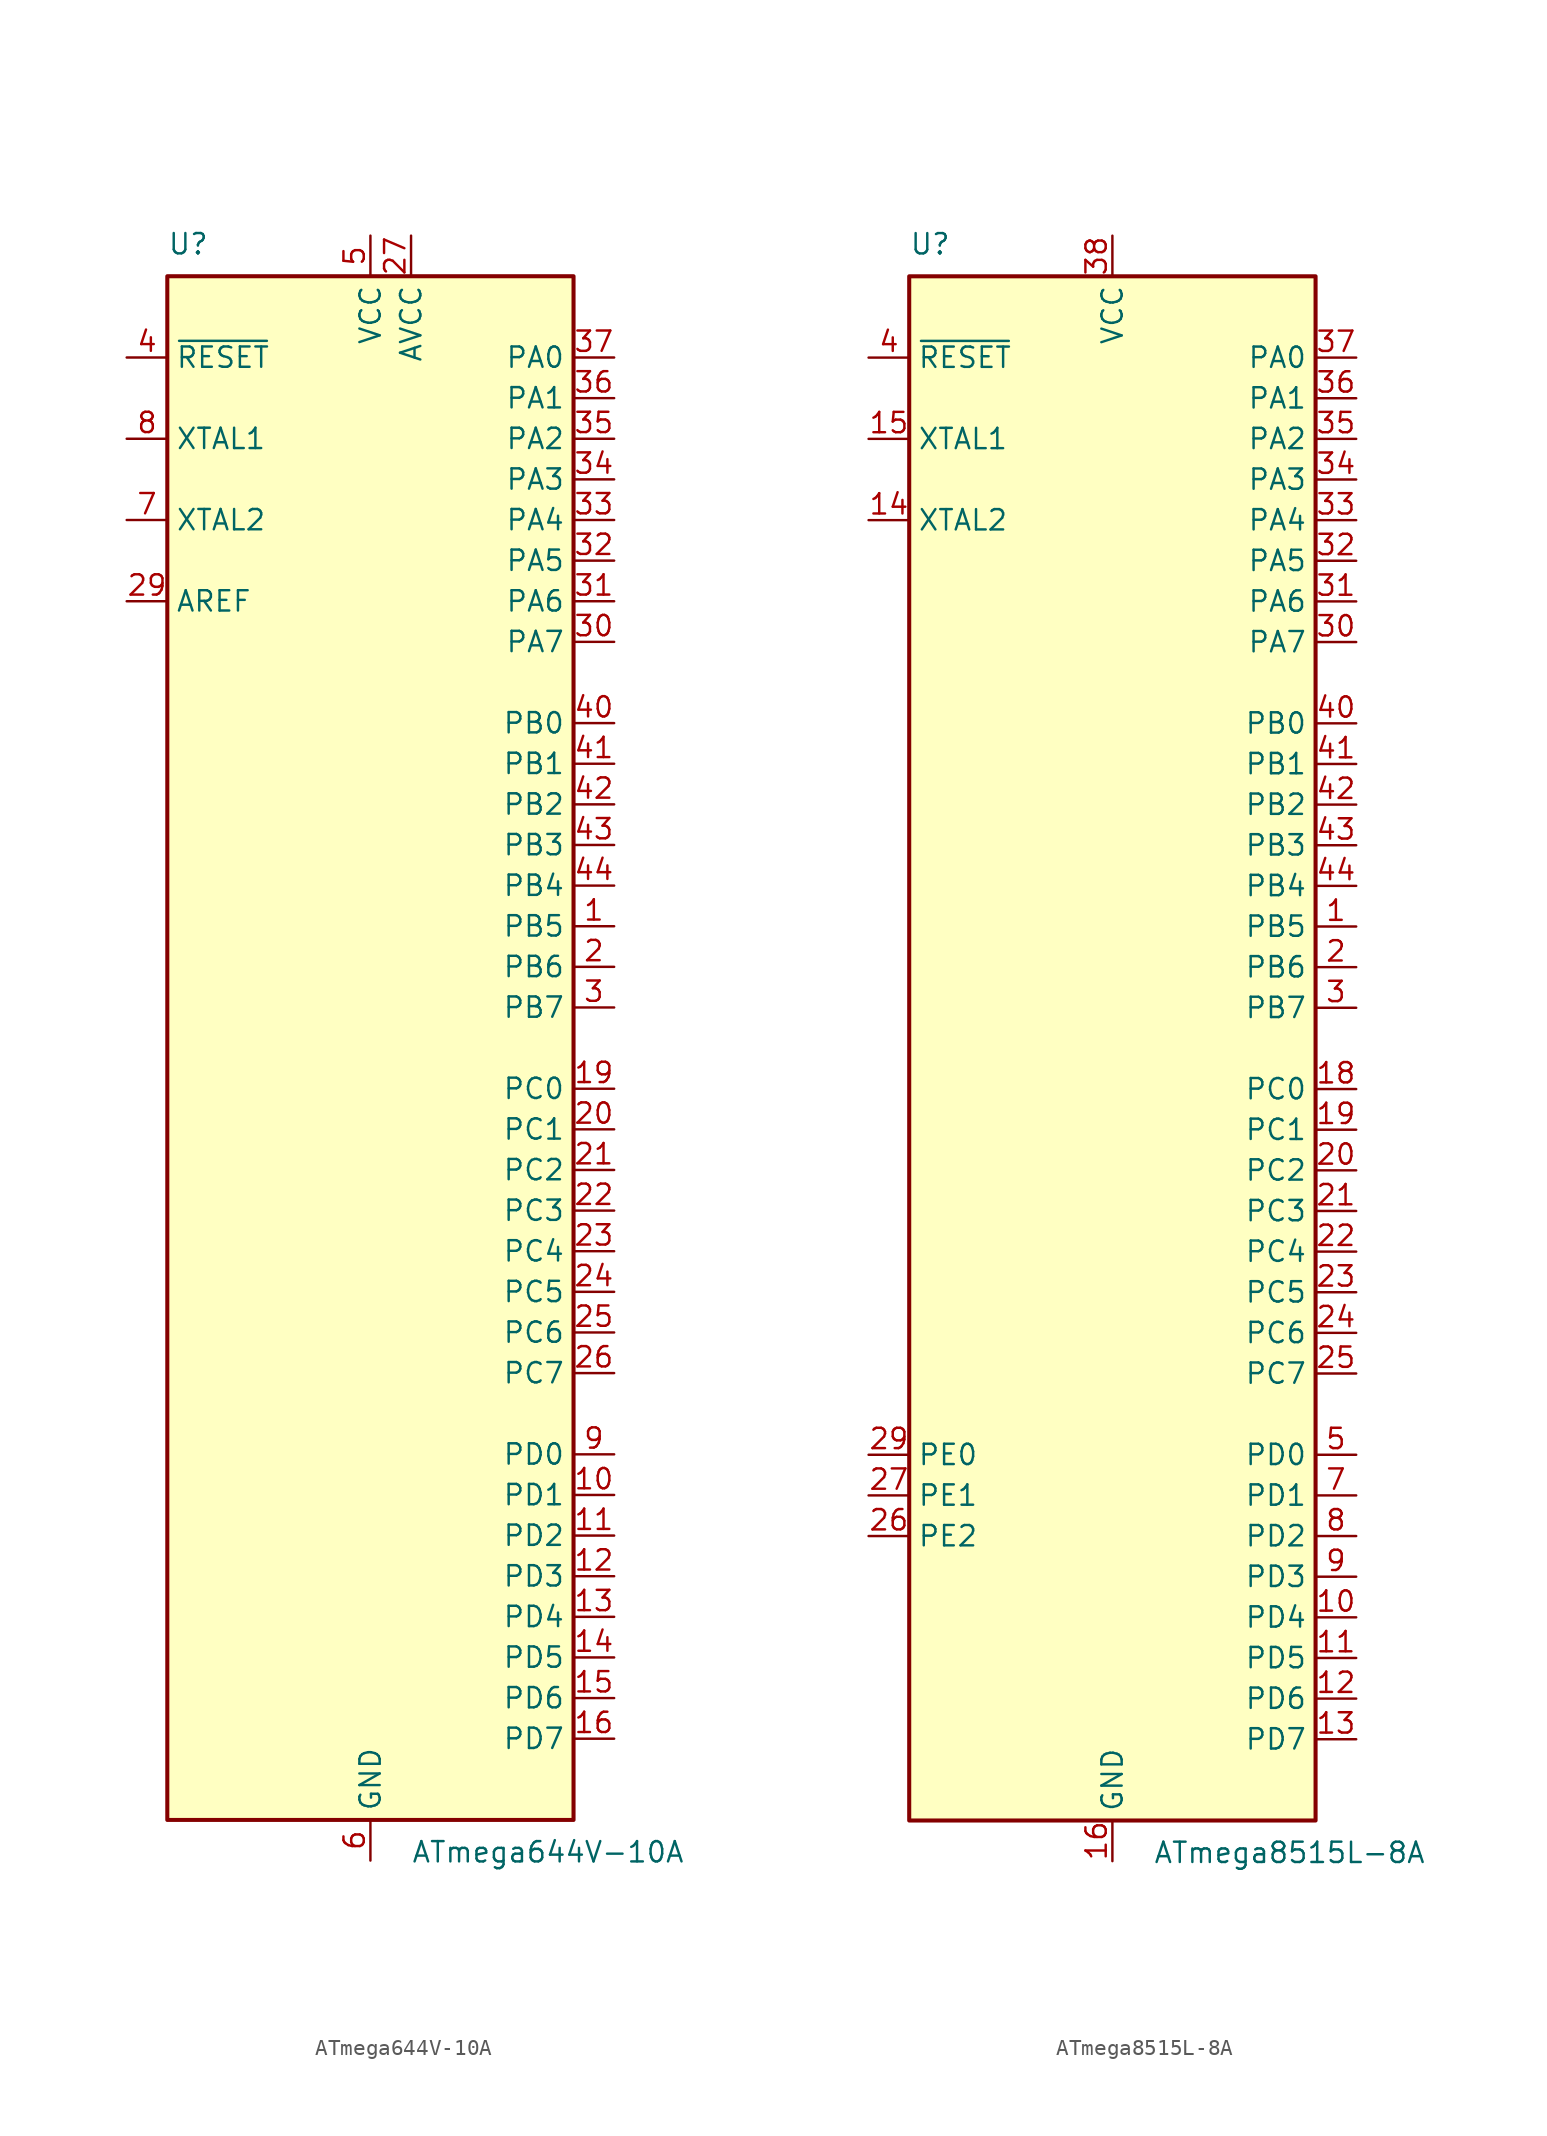
<source format=kicad_sym>
(kicad_symbol_lib
  (version 20220914)
  (generator kicad_symbol_editor)
  (symbol "ATmega644V-10A"
    (property "Reference" "U"
      (at -12.7 49.53 0)
      (effects (font (size 1.27 1.27)) (justify left bottom)))
    (property "Value" "ATmega644V-10A"
      (at 2.54 -49.53 0)
      (effects (font (size 1.27 1.27)) (justify left top)))
    (symbol "ATmega644V-10A_0_1"
      (rectangle (start -12.7 -48.26) (end 12.7 48.26) (stroke (width 0.254) (type default)) (fill (type background))))
    (symbol "ATmega644V-10A_1_1"
      (pin bidirectional line (at 15.24 7.62 180) (length 2.54) (name "PB5" (effects (font (size 1.27 1.27)))) (number "1" (effects (font (size 1.27 1.27)))))
      (pin bidirectional line (at 15.24 -27.94 180) (length 2.54) (name "PD1" (effects (font (size 1.27 1.27)))) (number "10" (effects (font (size 1.27 1.27)))))
      (pin bidirectional line (at 15.24 -30.48 180) (length 2.54) (name "PD2" (effects (font (size 1.27 1.27)))) (number "11" (effects (font (size 1.27 1.27)))))
      (pin bidirectional line (at 15.24 -33.02 180) (length 2.54) (name "PD3" (effects (font (size 1.27 1.27)))) (number "12" (effects (font (size 1.27 1.27)))))
      (pin bidirectional line (at 15.24 -35.56 180) (length 2.54) (name "PD4" (effects (font (size 1.27 1.27)))) (number "13" (effects (font (size 1.27 1.27)))))
      (pin bidirectional line (at 15.24 -38.1 180) (length 2.54) (name "PD5" (effects (font (size 1.27 1.27)))) (number "14" (effects (font (size 1.27 1.27)))))
      (pin bidirectional line (at 15.24 -40.64 180) (length 2.54) (name "PD6" (effects (font (size 1.27 1.27)))) (number "15" (effects (font (size 1.27 1.27)))))
      (pin bidirectional line (at 15.24 -43.18 180) (length 2.54) (name "PD7" (effects (font (size 1.27 1.27)))) (number "16" (effects (font (size 1.27 1.27)))))
      (pin passive line (at 0 50.8 270) (length 2.54) hide (name "VCC" (effects (font (size 1.27 1.27)))) (number "17" (effects (font (size 1.27 1.27)))))
      (pin passive line (at 0 -50.8 90) (length 2.54) hide (name "GND" (effects (font (size 1.27 1.27)))) (number "18" (effects (font (size 1.27 1.27)))))
      (pin bidirectional line (at 15.24 -2.54 180) (length 2.54) (name "PC0" (effects (font (size 1.27 1.27)))) (number "19" (effects (font (size 1.27 1.27)))))
      (pin bidirectional line (at 15.24 5.08 180) (length 2.54) (name "PB6" (effects (font (size 1.27 1.27)))) (number "2" (effects (font (size 1.27 1.27)))))
      (pin bidirectional line (at 15.24 -5.08 180) (length 2.54) (name "PC1" (effects (font (size 1.27 1.27)))) (number "20" (effects (font (size 1.27 1.27)))))
      (pin bidirectional line (at 15.24 -7.62 180) (length 2.54) (name "PC2" (effects (font (size 1.27 1.27)))) (number "21" (effects (font (size 1.27 1.27)))))
      (pin bidirectional line (at 15.24 -10.16 180) (length 2.54) (name "PC3" (effects (font (size 1.27 1.27)))) (number "22" (effects (font (size 1.27 1.27)))))
      (pin bidirectional line (at 15.24 -12.7 180) (length 2.54) (name "PC4" (effects (font (size 1.27 1.27)))) (number "23" (effects (font (size 1.27 1.27)))))
      (pin bidirectional line (at 15.24 -15.24 180) (length 2.54) (name "PC5" (effects (font (size 1.27 1.27)))) (number "24" (effects (font (size 1.27 1.27)))))
      (pin bidirectional line (at 15.24 -17.78 180) (length 2.54) (name "PC6" (effects (font (size 1.27 1.27)))) (number "25" (effects (font (size 1.27 1.27)))))
      (pin bidirectional line (at 15.24 -20.32 180) (length 2.54) (name "PC7" (effects (font (size 1.27 1.27)))) (number "26" (effects (font (size 1.27 1.27)))))
      (pin power_in line (at 2.54 50.8 270) (length 2.54) (name "AVCC" (effects (font (size 1.27 1.27)))) (number "27" (effects (font (size 1.27 1.27)))))
      (pin passive line (at 0 -50.8 90) (length 2.54) hide (name "GND" (effects (font (size 1.27 1.27)))) (number "28" (effects (font (size 1.27 1.27)))))
      (pin passive line (at -15.24 27.94 0) (length 2.54) (name "AREF" (effects (font (size 1.27 1.27)))) (number "29" (effects (font (size 1.27 1.27)))))
      (pin bidirectional line (at 15.24 2.54 180) (length 2.54) (name "PB7" (effects (font (size 1.27 1.27)))) (number "3" (effects (font (size 1.27 1.27)))))
      (pin bidirectional line (at 15.24 25.4 180) (length 2.54) (name "PA7" (effects (font (size 1.27 1.27)))) (number "30" (effects (font (size 1.27 1.27)))))
      (pin bidirectional line (at 15.24 27.94 180) (length 2.54) (name "PA6" (effects (font (size 1.27 1.27)))) (number "31" (effects (font (size 1.27 1.27)))))
      (pin bidirectional line (at 15.24 30.48 180) (length 2.54) (name "PA5" (effects (font (size 1.27 1.27)))) (number "32" (effects (font (size 1.27 1.27)))))
      (pin bidirectional line (at 15.24 33.02 180) (length 2.54) (name "PA4" (effects (font (size 1.27 1.27)))) (number "33" (effects (font (size 1.27 1.27)))))
      (pin bidirectional line (at 15.24 35.56 180) (length 2.54) (name "PA3" (effects (font (size 1.27 1.27)))) (number "34" (effects (font (size 1.27 1.27)))))
      (pin bidirectional line (at 15.24 38.1 180) (length 2.54) (name "PA2" (effects (font (size 1.27 1.27)))) (number "35" (effects (font (size 1.27 1.27)))))
      (pin bidirectional line (at 15.24 40.64 180) (length 2.54) (name "PA1" (effects (font (size 1.27 1.27)))) (number "36" (effects (font (size 1.27 1.27)))))
      (pin bidirectional line (at 15.24 43.18 180) (length 2.54) (name "PA0" (effects (font (size 1.27 1.27)))) (number "37" (effects (font (size 1.27 1.27)))))
      (pin passive line (at 0 50.8 270) (length 2.54) hide (name "VCC" (effects (font (size 1.27 1.27)))) (number "38" (effects (font (size 1.27 1.27)))))
      (pin passive line (at 0 -50.8 90) (length 2.54) hide (name "GND" (effects (font (size 1.27 1.27)))) (number "39" (effects (font (size 1.27 1.27)))))
      (pin input line (at -15.24 43.18 0) (length 2.54) (name "~{RESET}" (effects (font (size 1.27 1.27)))) (number "4" (effects (font (size 1.27 1.27)))))
      (pin bidirectional line (at 15.24 20.32 180) (length 2.54) (name "PB0" (effects (font (size 1.27 1.27)))) (number "40" (effects (font (size 1.27 1.27)))))
      (pin bidirectional line (at 15.24 17.78 180) (length 2.54) (name "PB1" (effects (font (size 1.27 1.27)))) (number "41" (effects (font (size 1.27 1.27)))))
      (pin bidirectional line (at 15.24 15.24 180) (length 2.54) (name "PB2" (effects (font (size 1.27 1.27)))) (number "42" (effects (font (size 1.27 1.27)))))
      (pin bidirectional line (at 15.24 12.7 180) (length 2.54) (name "PB3" (effects (font (size 1.27 1.27)))) (number "43" (effects (font (size 1.27 1.27)))))
      (pin bidirectional line (at 15.24 10.16 180) (length 2.54) (name "PB4" (effects (font (size 1.27 1.27)))) (number "44" (effects (font (size 1.27 1.27)))))
      (pin power_in line (at 0 50.8 270) (length 2.54) (name "VCC" (effects (font (size 1.27 1.27)))) (number "5" (effects (font (size 1.27 1.27)))))
      (pin power_in line (at 0 -50.8 90) (length 2.54) (name "GND" (effects (font (size 1.27 1.27)))) (number "6" (effects (font (size 1.27 1.27)))))
      (pin output line (at -15.24 33.02 0) (length 2.54) (name "XTAL2" (effects (font (size 1.27 1.27)))) (number "7" (effects (font (size 1.27 1.27)))))
      (pin input line (at -15.24 38.1 0) (length 2.54) (name "XTAL1" (effects (font (size 1.27 1.27)))) (number "8" (effects (font (size 1.27 1.27)))))
      (pin bidirectional line (at 15.24 -25.4 180) (length 2.54) (name "PD0" (effects (font (size 1.27 1.27)))) (number "9" (effects (font (size 1.27 1.27)))))))
  (symbol "ATmega8515L-8A"
    (property "Reference" "U"
      (at -12.7 49.53 0)
      (effects (font (size 1.27 1.27)) (justify left bottom)))
    (property "Value" "ATmega8515L-8A"
      (at 2.54 -49.53 0)
      (effects (font (size 1.27 1.27)) (justify left top)))
    (symbol "ATmega8515L-8A_0_1"
      (rectangle (start -12.7 -48.26) (end 12.7 48.26) (stroke (width 0.254) (type default)) (fill (type background))))
    (symbol "ATmega8515L-8A_1_1"
      (pin bidirectional line (at 15.24 7.62 180) (length 2.54) (name "PB5" (effects (font (size 1.27 1.27)))) (number "1" (effects (font (size 1.27 1.27)))))
      (pin bidirectional line (at 15.24 -35.56 180) (length 2.54) (name "PD4" (effects (font (size 1.27 1.27)))) (number "10" (effects (font (size 1.27 1.27)))))
      (pin bidirectional line (at 15.24 -38.1 180) (length 2.54) (name "PD5" (effects (font (size 1.27 1.27)))) (number "11" (effects (font (size 1.27 1.27)))))
      (pin bidirectional line (at 15.24 -40.64 180) (length 2.54) (name "PD6" (effects (font (size 1.27 1.27)))) (number "12" (effects (font (size 1.27 1.27)))))
      (pin bidirectional line (at 15.24 -43.18 180) (length 2.54) (name "PD7" (effects (font (size 1.27 1.27)))) (number "13" (effects (font (size 1.27 1.27)))))
      (pin output line (at -15.24 33.02 0) (length 2.54) (name "XTAL2" (effects (font (size 1.27 1.27)))) (number "14" (effects (font (size 1.27 1.27)))))
      (pin input line (at -15.24 38.1 0) (length 2.54) (name "XTAL1" (effects (font (size 1.27 1.27)))) (number "15" (effects (font (size 1.27 1.27)))))
      (pin power_in line (at 0 -50.8 90) (length 2.54) (name "GND" (effects (font (size 1.27 1.27)))) (number "16" (effects (font (size 1.27 1.27)))))
      (pin no_connect line (at -12.7 -40.64 0) (length 2.54) hide (name "NC" (effects (font (size 1.27 1.27)))) (number "17" (effects (font (size 1.27 1.27)))))
      (pin bidirectional line (at 15.24 -2.54 180) (length 2.54) (name "PC0" (effects (font (size 1.27 1.27)))) (number "18" (effects (font (size 1.27 1.27)))))
      (pin bidirectional line (at 15.24 -5.08 180) (length 2.54) (name "PC1" (effects (font (size 1.27 1.27)))) (number "19" (effects (font (size 1.27 1.27)))))
      (pin bidirectional line (at 15.24 5.08 180) (length 2.54) (name "PB6" (effects (font (size 1.27 1.27)))) (number "2" (effects (font (size 1.27 1.27)))))
      (pin bidirectional line (at 15.24 -7.62 180) (length 2.54) (name "PC2" (effects (font (size 1.27 1.27)))) (number "20" (effects (font (size 1.27 1.27)))))
      (pin bidirectional line (at 15.24 -10.16 180) (length 2.54) (name "PC3" (effects (font (size 1.27 1.27)))) (number "21" (effects (font (size 1.27 1.27)))))
      (pin bidirectional line (at 15.24 -12.7 180) (length 2.54) (name "PC4" (effects (font (size 1.27 1.27)))) (number "22" (effects (font (size 1.27 1.27)))))
      (pin bidirectional line (at 15.24 -15.24 180) (length 2.54) (name "PC5" (effects (font (size 1.27 1.27)))) (number "23" (effects (font (size 1.27 1.27)))))
      (pin bidirectional line (at 15.24 -17.78 180) (length 2.54) (name "PC6" (effects (font (size 1.27 1.27)))) (number "24" (effects (font (size 1.27 1.27)))))
      (pin bidirectional line (at 15.24 -20.32 180) (length 2.54) (name "PC7" (effects (font (size 1.27 1.27)))) (number "25" (effects (font (size 1.27 1.27)))))
      (pin bidirectional line (at -15.24 -30.48 0) (length 2.54) (name "PE2" (effects (font (size 1.27 1.27)))) (number "26" (effects (font (size 1.27 1.27)))))
      (pin bidirectional line (at -15.24 -27.94 0) (length 2.54) (name "PE1" (effects (font (size 1.27 1.27)))) (number "27" (effects (font (size 1.27 1.27)))))
      (pin no_connect line (at -12.7 -43.18 0) (length 2.54) hide (name "NC" (effects (font (size 1.27 1.27)))) (number "28" (effects (font (size 1.27 1.27)))))
      (pin bidirectional line (at -15.24 -25.4 0) (length 2.54) (name "PE0" (effects (font (size 1.27 1.27)))) (number "29" (effects (font (size 1.27 1.27)))))
      (pin bidirectional line (at 15.24 2.54 180) (length 2.54) (name "PB7" (effects (font (size 1.27 1.27)))) (number "3" (effects (font (size 1.27 1.27)))))
      (pin bidirectional line (at 15.24 25.4 180) (length 2.54) (name "PA7" (effects (font (size 1.27 1.27)))) (number "30" (effects (font (size 1.27 1.27)))))
      (pin bidirectional line (at 15.24 27.94 180) (length 2.54) (name "PA6" (effects (font (size 1.27 1.27)))) (number "31" (effects (font (size 1.27 1.27)))))
      (pin bidirectional line (at 15.24 30.48 180) (length 2.54) (name "PA5" (effects (font (size 1.27 1.27)))) (number "32" (effects (font (size 1.27 1.27)))))
      (pin bidirectional line (at 15.24 33.02 180) (length 2.54) (name "PA4" (effects (font (size 1.27 1.27)))) (number "33" (effects (font (size 1.27 1.27)))))
      (pin bidirectional line (at 15.24 35.56 180) (length 2.54) (name "PA3" (effects (font (size 1.27 1.27)))) (number "34" (effects (font (size 1.27 1.27)))))
      (pin bidirectional line (at 15.24 38.1 180) (length 2.54) (name "PA2" (effects (font (size 1.27 1.27)))) (number "35" (effects (font (size 1.27 1.27)))))
      (pin bidirectional line (at 15.24 40.64 180) (length 2.54) (name "PA1" (effects (font (size 1.27 1.27)))) (number "36" (effects (font (size 1.27 1.27)))))
      (pin bidirectional line (at 15.24 43.18 180) (length 2.54) (name "PA0" (effects (font (size 1.27 1.27)))) (number "37" (effects (font (size 1.27 1.27)))))
      (pin power_in line (at 0 50.8 270) (length 2.54) (name "VCC" (effects (font (size 1.27 1.27)))) (number "38" (effects (font (size 1.27 1.27)))))
      (pin no_connect line (at -12.7 -45.72 0) (length 2.54) hide (name "NC" (effects (font (size 1.27 1.27)))) (number "39" (effects (font (size 1.27 1.27)))))
      (pin input line (at -15.24 43.18 0) (length 2.54) (name "~{RESET}" (effects (font (size 1.27 1.27)))) (number "4" (effects (font (size 1.27 1.27)))))
      (pin bidirectional line (at 15.24 20.32 180) (length 2.54) (name "PB0" (effects (font (size 1.27 1.27)))) (number "40" (effects (font (size 1.27 1.27)))))
      (pin bidirectional line (at 15.24 17.78 180) (length 2.54) (name "PB1" (effects (font (size 1.27 1.27)))) (number "41" (effects (font (size 1.27 1.27)))))
      (pin bidirectional line (at 15.24 15.24 180) (length 2.54) (name "PB2" (effects (font (size 1.27 1.27)))) (number "42" (effects (font (size 1.27 1.27)))))
      (pin bidirectional line (at 15.24 12.7 180) (length 2.54) (name "PB3" (effects (font (size 1.27 1.27)))) (number "43" (effects (font (size 1.27 1.27)))))
      (pin bidirectional line (at 15.24 10.16 180) (length 2.54) (name "PB4" (effects (font (size 1.27 1.27)))) (number "44" (effects (font (size 1.27 1.27)))))
      (pin bidirectional line (at 15.24 -25.4 180) (length 2.54) (name "PD0" (effects (font (size 1.27 1.27)))) (number "5" (effects (font (size 1.27 1.27)))))
      (pin no_connect line (at -12.7 -38.1 0) (length 2.54) hide (name "NC" (effects (font (size 1.27 1.27)))) (number "6" (effects (font (size 1.27 1.27)))))
      (pin bidirectional line (at 15.24 -27.94 180) (length 2.54) (name "PD1" (effects (font (size 1.27 1.27)))) (number "7" (effects (font (size 1.27 1.27)))))
      (pin bidirectional line (at 15.24 -30.48 180) (length 2.54) (name "PD2" (effects (font (size 1.27 1.27)))) (number "8" (effects (font (size 1.27 1.27)))))
      (pin bidirectional line (at 15.24 -33.02 180) (length 2.54) (name "PD3" (effects (font (size 1.27 1.27)))) (number "9" (effects (font (size 1.27 1.27))))))))
</source>
